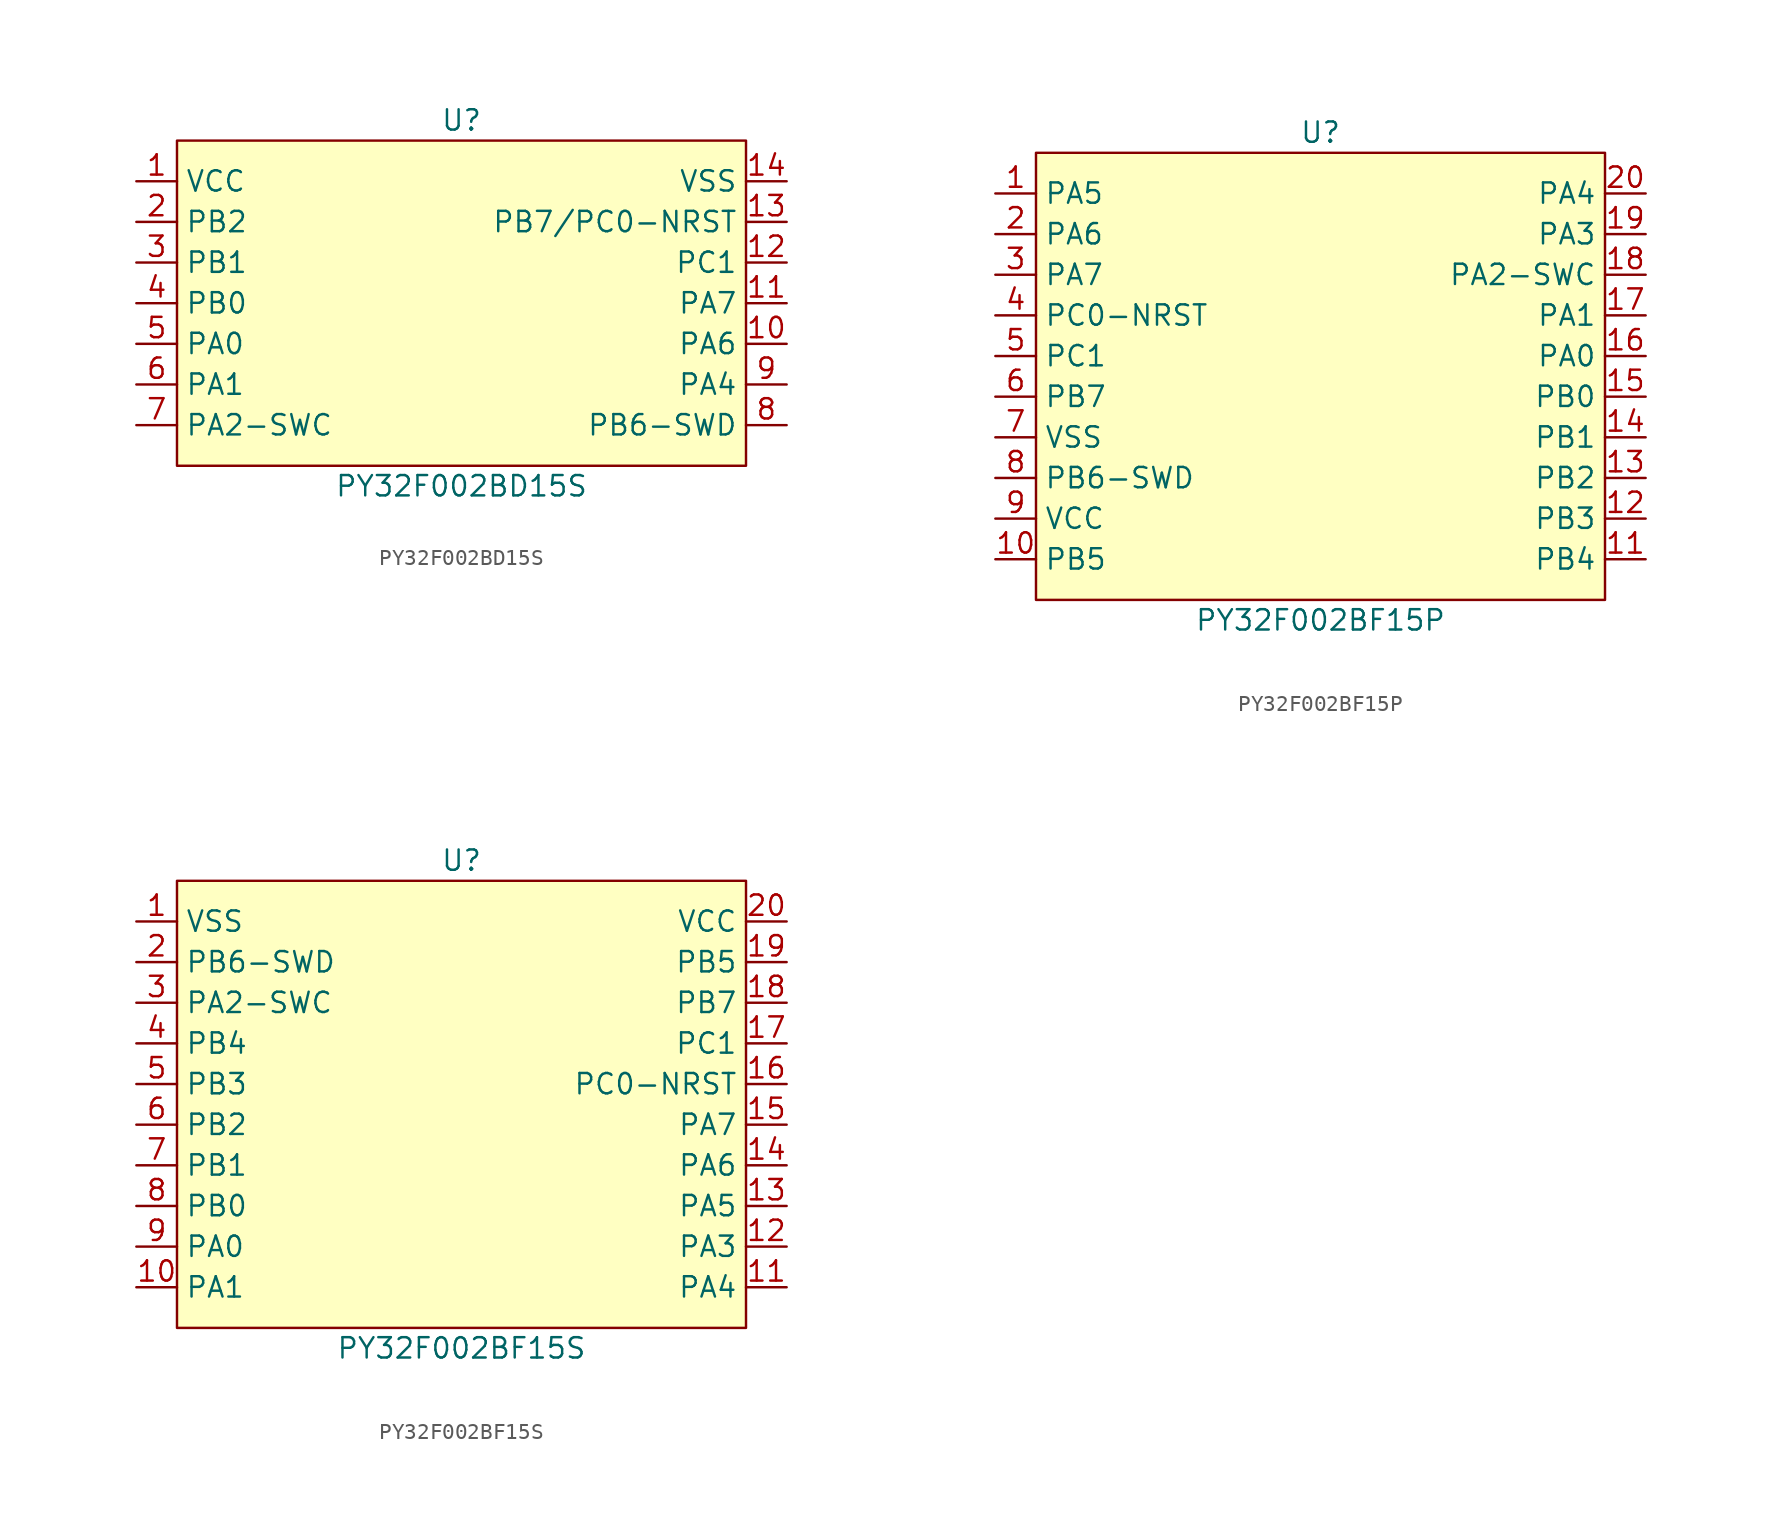
<source format=kicad_sym>
(kicad_symbol_lib
  (version 20241209)
  (generator "kicad_symbol_editor")
  (generator_version "9.0")
  (symbol "PY32F002BD15S"
    (property "Reference" "U"
      (at 0 11.43 0)
      (effects (font (size 1.27 1.27))))
    (property "Value" "PY32F002BD15S"
      (at 0 -11.43 0)
      (effects (font (size 1.27 1.27))))
    (symbol "PY32F002BD15S_0_0"
      (pin bidirectional line (at -20.32 7.62 0) (length 2.54) (name "VCC" (effects (font (size 1.27 1.27)))) (number "1" (effects (font (size 1.27 1.27)))))
      (pin bidirectional line (at -20.32 5.08 0) (length 2.54) (name "PB2" (effects (font (size 1.27 1.27)))) (number "2" (effects (font (size 1.27 1.27)))))
      (pin bidirectional line (at -20.32 2.54 0) (length 2.54) (name "PB1" (effects (font (size 1.27 1.27)))) (number "3" (effects (font (size 1.27 1.27)))))
      (pin bidirectional line (at -20.32 0 0) (length 2.54) (name "PB0" (effects (font (size 1.27 1.27)))) (number "4" (effects (font (size 1.27 1.27)))))
      (pin bidirectional line (at -20.32 -2.54 0) (length 2.54) (name "PA0" (effects (font (size 1.27 1.27)))) (number "5" (effects (font (size 1.27 1.27)))))
      (pin bidirectional line (at -20.32 -5.08 0) (length 2.54) (name "PA1" (effects (font (size 1.27 1.27)))) (number "6" (effects (font (size 1.27 1.27)))))
      (pin bidirectional line (at -20.32 -7.62 0) (length 2.54) (name "PA2-SWC" (effects (font (size 1.27 1.27)))) (number "7" (effects (font (size 1.27 1.27)))))
      (pin bidirectional line (at 20.32 7.62 180) (length 2.54) (name "VSS" (effects (font (size 1.27 1.27)))) (number "14" (effects (font (size 1.27 1.27)))))
      (pin bidirectional line (at 20.32 5.08 180) (length 2.54) (name "PB7/PC0-NRST" (effects (font (size 1.27 1.27)))) (number "13" (effects (font (size 1.27 1.27)))))
      (pin bidirectional line (at 20.32 2.54 180) (length 2.54) (name "PC1" (effects (font (size 1.27 1.27)))) (number "12" (effects (font (size 1.27 1.27)))))
      (pin bidirectional line (at 20.32 0 180) (length 2.54) (name "PA7" (effects (font (size 1.27 1.27)))) (number "11" (effects (font (size 1.27 1.27)))))
      (pin bidirectional line (at 20.32 -2.54 180) (length 2.54) (name "PA6" (effects (font (size 1.27 1.27)))) (number "10" (effects (font (size 1.27 1.27)))))
      (pin bidirectional line (at 20.32 -5.08 180) (length 2.54) (name "PA4" (effects (font (size 1.27 1.27)))) (number "9" (effects (font (size 1.27 1.27)))))
      (pin bidirectional line (at 20.32 -7.62 180) (length 2.54) (name "PB6-SWD" (effects (font (size 1.27 1.27)))) (number "8" (effects (font (size 1.27 1.27))))))
    (symbol "PY32F002BD15S_1_1"
      (rectangle (start -17.78 10.16) (end 17.78 -10.16) (stroke (width 0) (type solid)) (fill (type background)))))
  (symbol "PY32F002BF15P"
    (property "Reference" "U"
      (at 0 13.97 0)
      (effects (font (size 1.27 1.27))))
    (property "Value" "PY32F002BF15P"
      (at 0 -16.51 0)
      (effects (font (size 1.27 1.27))))
    (symbol "PY32F002BF15P_0_0"
      (pin bidirectional line (at -20.32 10.16 0) (length 2.54) (name "PA5" (effects (font (size 1.27 1.27)))) (number "1" (effects (font (size 1.27 1.27)))))
      (pin bidirectional line (at -20.32 7.62 0) (length 2.54) (name "PA6" (effects (font (size 1.27 1.27)))) (number "2" (effects (font (size 1.27 1.27)))))
      (pin bidirectional line (at -20.32 5.08 0) (length 2.54) (name "PA7" (effects (font (size 1.27 1.27)))) (number "3" (effects (font (size 1.27 1.27)))))
      (pin bidirectional line (at -20.32 2.54 0) (length 2.54) (name "PC0-NRST" (effects (font (size 1.27 1.27)))) (number "4" (effects (font (size 1.27 1.27)))))
      (pin bidirectional line (at -20.32 0 0) (length 2.54) (name "PC1" (effects (font (size 1.27 1.27)))) (number "5" (effects (font (size 1.27 1.27)))))
      (pin bidirectional line (at -20.32 -2.54 0) (length 2.54) (name "PB7" (effects (font (size 1.27 1.27)))) (number "6" (effects (font (size 1.27 1.27)))))
      (pin bidirectional line (at -20.32 -5.08 0) (length 2.54) (name "VSS" (effects (font (size 1.27 1.27)))) (number "7" (effects (font (size 1.27 1.27)))))
      (pin bidirectional line (at -20.32 -7.62 0) (length 2.54) (name "PB6-SWD" (effects (font (size 1.27 1.27)))) (number "8" (effects (font (size 1.27 1.27)))))
      (pin bidirectional line (at -20.32 -10.16 0) (length 2.54) (name "VCC" (effects (font (size 1.27 1.27)))) (number "9" (effects (font (size 1.27 1.27)))))
      (pin bidirectional line (at -20.32 -12.7 0) (length 2.54) (name "PB5" (effects (font (size 1.27 1.27)))) (number "10" (effects (font (size 1.27 1.27)))))
      (pin bidirectional line (at 20.32 10.16 180) (length 2.54) (name "PA4" (effects (font (size 1.27 1.27)))) (number "20" (effects (font (size 1.27 1.27)))))
      (pin bidirectional line (at 20.32 7.62 180) (length 2.54) (name "PA3" (effects (font (size 1.27 1.27)))) (number "19" (effects (font (size 1.27 1.27)))))
      (pin bidirectional line (at 20.32 5.08 180) (length 2.54) (name "PA2-SWC" (effects (font (size 1.27 1.27)))) (number "18" (effects (font (size 1.27 1.27)))))
      (pin bidirectional line (at 20.32 2.54 180) (length 2.54) (name "PA1" (effects (font (size 1.27 1.27)))) (number "17" (effects (font (size 1.27 1.27)))))
      (pin bidirectional line (at 20.32 0 180) (length 2.54) (name "PA0" (effects (font (size 1.27 1.27)))) (number "16" (effects (font (size 1.27 1.27)))))
      (pin bidirectional line (at 20.32 -2.54 180) (length 2.54) (name "PB0" (effects (font (size 1.27 1.27)))) (number "15" (effects (font (size 1.27 1.27)))))
      (pin bidirectional line (at 20.32 -5.08 180) (length 2.54) (name "PB1" (effects (font (size 1.27 1.27)))) (number "14" (effects (font (size 1.27 1.27)))))
      (pin bidirectional line (at 20.32 -7.62 180) (length 2.54) (name "PB2" (effects (font (size 1.27 1.27)))) (number "13" (effects (font (size 1.27 1.27)))))
      (pin bidirectional line (at 20.32 -10.16 180) (length 2.54) (name "PB3" (effects (font (size 1.27 1.27)))) (number "12" (effects (font (size 1.27 1.27)))))
      (pin bidirectional line (at 20.32 -12.7 180) (length 2.54) (name "PB4" (effects (font (size 1.27 1.27)))) (number "11" (effects (font (size 1.27 1.27))))))
    (symbol "PY32F002BF15P_1_1"
      (rectangle (start -17.78 12.7) (end 17.78 -15.24) (stroke (width 0) (type solid)) (fill (type background)))))
  (symbol "PY32F002BF15S"
    (property "Reference" "U"
      (at 0 13.97 0)
      (effects (font (size 1.27 1.27))))
    (property "Value" "PY32F002BF15S"
      (at 0 -16.51 0)
      (effects (font (size 1.27 1.27))))
    (symbol "PY32F002BF15S_0_0"
      (pin bidirectional line (at -20.32 10.16 0) (length 2.54) (name "VSS" (effects (font (size 1.27 1.27)))) (number "1" (effects (font (size 1.27 1.27)))))
      (pin bidirectional line (at -20.32 7.62 0) (length 2.54) (name "PB6-SWD" (effects (font (size 1.27 1.27)))) (number "2" (effects (font (size 1.27 1.27)))))
      (pin bidirectional line (at -20.32 5.08 0) (length 2.54) (name "PA2-SWC" (effects (font (size 1.27 1.27)))) (number "3" (effects (font (size 1.27 1.27)))))
      (pin bidirectional line (at -20.32 2.54 0) (length 2.54) (name "PB4" (effects (font (size 1.27 1.27)))) (number "4" (effects (font (size 1.27 1.27)))))
      (pin bidirectional line (at -20.32 0 0) (length 2.54) (name "PB3" (effects (font (size 1.27 1.27)))) (number "5" (effects (font (size 1.27 1.27)))))
      (pin bidirectional line (at -20.32 -2.54 0) (length 2.54) (name "PB2" (effects (font (size 1.27 1.27)))) (number "6" (effects (font (size 1.27 1.27)))))
      (pin bidirectional line (at -20.32 -5.08 0) (length 2.54) (name "PB1" (effects (font (size 1.27 1.27)))) (number "7" (effects (font (size 1.27 1.27)))))
      (pin bidirectional line (at -20.32 -7.62 0) (length 2.54) (name "PB0" (effects (font (size 1.27 1.27)))) (number "8" (effects (font (size 1.27 1.27)))))
      (pin bidirectional line (at -20.32 -10.16 0) (length 2.54) (name "PA0" (effects (font (size 1.27 1.27)))) (number "9" (effects (font (size 1.27 1.27)))))
      (pin bidirectional line (at -20.32 -12.7 0) (length 2.54) (name "PA1" (effects (font (size 1.27 1.27)))) (number "10" (effects (font (size 1.27 1.27)))))
      (pin bidirectional line (at 20.32 10.16 180) (length 2.54) (name "VCC" (effects (font (size 1.27 1.27)))) (number "20" (effects (font (size 1.27 1.27)))))
      (pin bidirectional line (at 20.32 7.62 180) (length 2.54) (name "PB5" (effects (font (size 1.27 1.27)))) (number "19" (effects (font (size 1.27 1.27)))))
      (pin bidirectional line (at 20.32 5.08 180) (length 2.54) (name "PB7" (effects (font (size 1.27 1.27)))) (number "18" (effects (font (size 1.27 1.27)))))
      (pin bidirectional line (at 20.32 2.54 180) (length 2.54) (name "PC1" (effects (font (size 1.27 1.27)))) (number "17" (effects (font (size 1.27 1.27)))))
      (pin bidirectional line (at 20.32 0 180) (length 2.54) (name "PC0-NRST" (effects (font (size 1.27 1.27)))) (number "16" (effects (font (size 1.27 1.27)))))
      (pin bidirectional line (at 20.32 -2.54 180) (length 2.54) (name "PA7" (effects (font (size 1.27 1.27)))) (number "15" (effects (font (size 1.27 1.27)))))
      (pin bidirectional line (at 20.32 -5.08 180) (length 2.54) (name "PA6" (effects (font (size 1.27 1.27)))) (number "14" (effects (font (size 1.27 1.27)))))
      (pin bidirectional line (at 20.32 -7.62 180) (length 2.54) (name "PA5" (effects (font (size 1.27 1.27)))) (number "13" (effects (font (size 1.27 1.27)))))
      (pin bidirectional line (at 20.32 -10.16 180) (length 2.54) (name "PA3" (effects (font (size 1.27 1.27)))) (number "12" (effects (font (size 1.27 1.27)))))
      (pin bidirectional line (at 20.32 -12.7 180) (length 2.54) (name "PA4" (effects (font (size 1.27 1.27)))) (number "11" (effects (font (size 1.27 1.27))))))
    (symbol "PY32F002BF15S_1_1"
      (rectangle (start -17.78 12.7) (end 17.78 -15.24) (stroke (width 0) (type solid)) (fill (type background))))))
</source>
